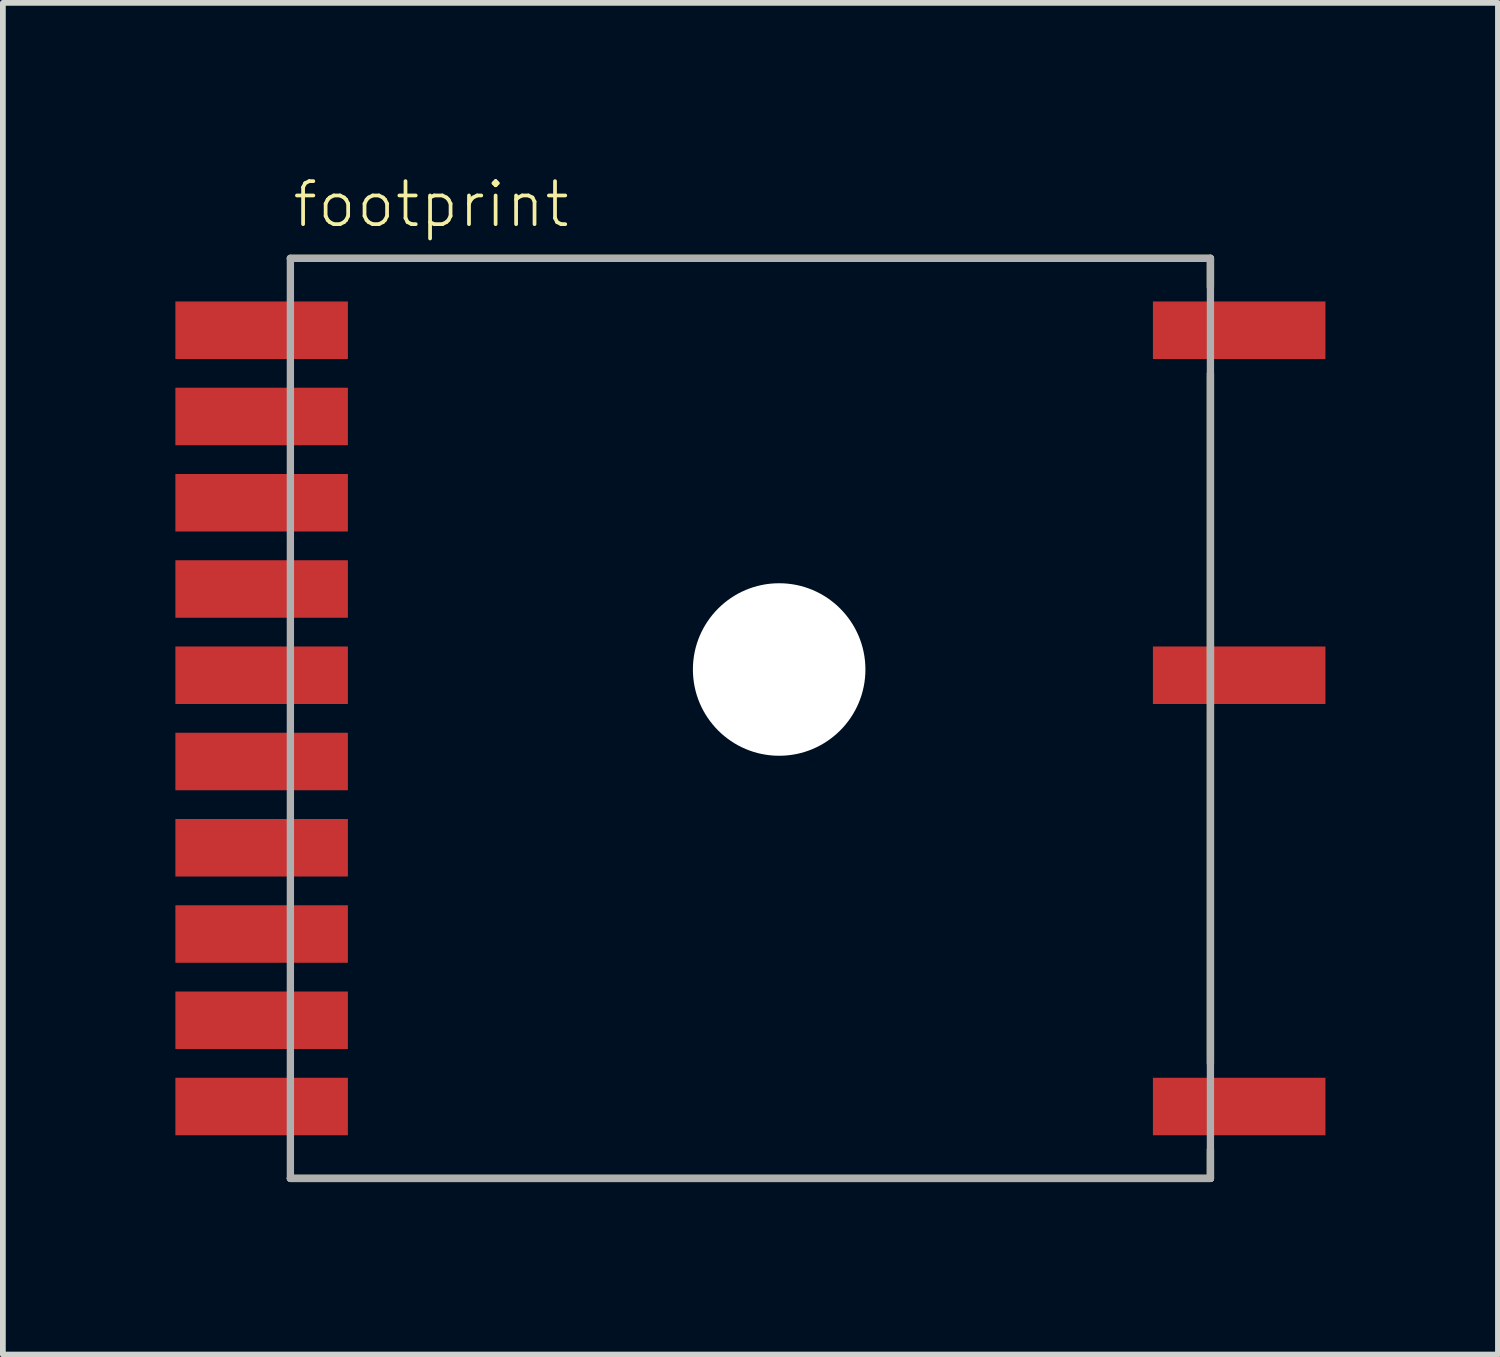
<source format=kicad_pcb>
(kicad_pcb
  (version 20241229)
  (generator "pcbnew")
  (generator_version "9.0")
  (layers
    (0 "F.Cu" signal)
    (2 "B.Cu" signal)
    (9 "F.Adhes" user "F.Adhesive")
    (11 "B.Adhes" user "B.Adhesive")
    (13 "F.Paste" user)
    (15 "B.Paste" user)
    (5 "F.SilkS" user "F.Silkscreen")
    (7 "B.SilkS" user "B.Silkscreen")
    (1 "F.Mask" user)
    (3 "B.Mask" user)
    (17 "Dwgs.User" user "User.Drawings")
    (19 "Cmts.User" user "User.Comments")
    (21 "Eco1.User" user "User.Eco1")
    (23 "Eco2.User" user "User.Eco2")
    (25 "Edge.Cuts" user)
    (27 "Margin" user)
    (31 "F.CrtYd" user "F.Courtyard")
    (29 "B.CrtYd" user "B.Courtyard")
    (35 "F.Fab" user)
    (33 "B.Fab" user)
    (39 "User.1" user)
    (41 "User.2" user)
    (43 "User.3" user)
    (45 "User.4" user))
  (footprint "footprint"
    (layer "F.Cu")
    (at 10 9.443)
    (property "Reference" "footprint" (at -8 -8.5 0) (layer "F.SilkS") (effects (font (size 0.748 0.748) (thickness 0.065)) (justify left bottom)))
    (fp_line (start -8 -8) (end 8 -8) (stroke (width 0.127) (type solid)) (layer "F.SilkS"))
    (fp_line (start 8 -8) (end 8 -7.5) (stroke (width 0.127) (type solid)) (layer "F.SilkS"))
    (fp_line (start 8 -6) (end 8 6) (stroke (width 0.127) (type solid)) (layer "F.SilkS"))
    (fp_line (start 8 7.5) (end 8 8) (stroke (width 0.127) (type solid)) (layer "F.SilkS"))
    (fp_line (start 8 8) (end -8 8) (stroke (width 0.127) (type solid)) (layer "F.SilkS"))
    (fp_line (start -8 -8) (end 8 -8) (stroke (width 0.127) (type solid)) (layer "F.Fab"))
    (fp_line (start -8 8) (end -8 -8) (stroke (width 0.127) (type solid)) (layer "F.Fab"))
    (fp_line (start 8 -8) (end 8 8) (stroke (width 0.127) (type solid)) (layer "F.Fab"))
    (fp_line (start 8 8) (end -8 8) (stroke (width 0.127) (type solid)) (layer "F.Fab"))
    (fp_circle (center 0.5 -0.85) (end 1 -0.85) (stroke (width 0.813) (type solid)) (fill no) (layer "F.Fab"))
    (pad "" np_thru_hole circle (at 0.5 -0.85) (size 3 3) (drill 3) (layers "*.Cu" "*.Mask"))
    (pad "P$1" smd rect (at -8.5 -6.75) (size 3 1) (layers "F.Cu" "F.Mask" "F.Paste"))
    (pad "P$2" smd rect (at -8.5 -5.25) (size 3 1) (layers "F.Cu" "F.Mask" "F.Paste"))
    (pad "P$3" smd rect (at -8.5 -3.75) (size 3 1) (layers "F.Cu" "F.Mask" "F.Paste"))
    (pad "P$4" smd rect (at -8.5 -2.25) (size 3 1) (layers "F.Cu" "F.Mask" "F.Paste"))
    (pad "P$5" smd rect (at -8.5 -0.75) (size 3 1) (layers "F.Cu" "F.Mask" "F.Paste"))
    (pad "P$6" smd rect (at -8.5 0.75) (size 3 1) (layers "F.Cu" "F.Mask" "F.Paste"))
    (pad "P$7" smd rect (at -8.5 2.25) (size 3 1) (layers "F.Cu" "F.Mask" "F.Paste"))
    (pad "P$8" smd rect (at -8.5 3.75) (size 3 1) (layers "F.Cu" "F.Mask" "F.Paste"))
    (pad "P$9" smd rect (at -8.5 5.25) (size 3 1) (layers "F.Cu" "F.Mask" "F.Paste"))
    (pad "P$10" smd rect (at -8.5 6.75) (size 3 1) (layers "F.Cu" "F.Mask" "F.Paste"))
    (pad "P$11" smd rect (at 8.5 6.75 180) (size 3 1) (layers "F.Cu" "F.Mask" "F.Paste"))
    (pad "P$12" smd rect (at 8.5 -0.75 180) (size 3 1) (layers "F.Cu" "F.Mask" "F.Paste"))
    (pad "P$13" smd rect (at 8.5 -6.75 180) (size 3 1) (layers "F.Cu" "F.Mask" "F.Paste")))
  (gr_rect
    (start -3 -3)
    (end 23 20.506)
    (stroke (width 0.1) (type default))
    (fill no)
    (layer "Edge.Cuts")))
</source>
